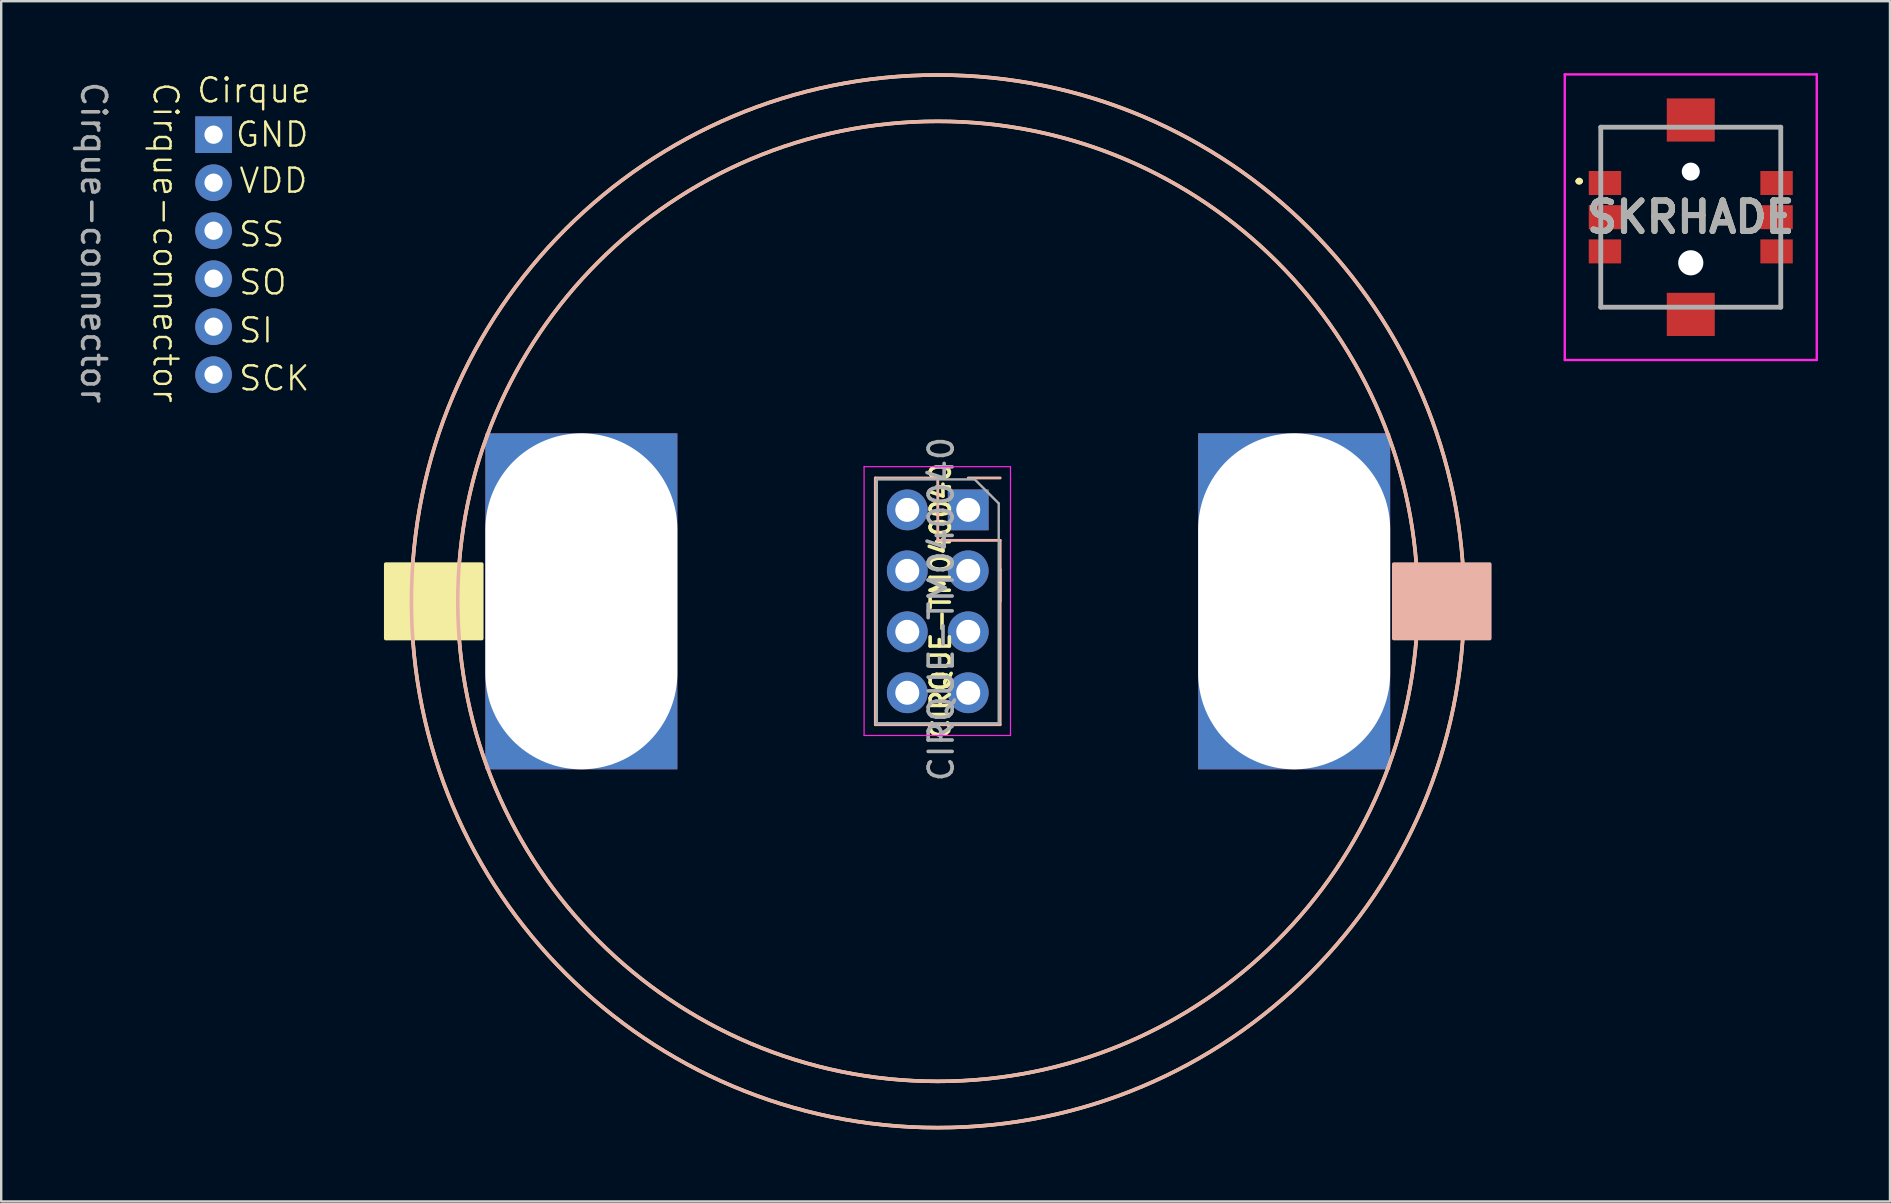
<source format=kicad_pcb>
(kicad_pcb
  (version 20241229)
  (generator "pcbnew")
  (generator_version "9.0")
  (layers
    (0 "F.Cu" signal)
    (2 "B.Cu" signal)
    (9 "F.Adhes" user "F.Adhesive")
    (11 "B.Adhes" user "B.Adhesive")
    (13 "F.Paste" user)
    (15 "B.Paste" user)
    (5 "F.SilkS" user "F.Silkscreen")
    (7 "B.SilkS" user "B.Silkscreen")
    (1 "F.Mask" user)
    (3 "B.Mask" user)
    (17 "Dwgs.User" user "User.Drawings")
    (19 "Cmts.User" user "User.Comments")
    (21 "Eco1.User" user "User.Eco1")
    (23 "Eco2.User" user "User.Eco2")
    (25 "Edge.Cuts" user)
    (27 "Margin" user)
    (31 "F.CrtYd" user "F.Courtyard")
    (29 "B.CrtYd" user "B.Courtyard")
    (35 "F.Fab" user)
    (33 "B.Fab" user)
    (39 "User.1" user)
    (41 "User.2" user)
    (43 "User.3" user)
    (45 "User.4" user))
  (footprint "CIRQUE-TM040040"
    (layer "F.Cu")
    (at 36.023 22.005)
    (property "Reference" "CIRQUE-TM040040" (at 0.12 -0.025 90) (layer "F.SilkS") (effects (font (size 0.8 0.8) (thickness 0.15))))
    (attr smd)
    (fp_circle (center 0 0) (end 20 0) (stroke (width 0.15) (type solid)) (fill no) (layer "F.SilkS"))
    (fp_circle (center 0 0) (end 21.93 0) (stroke (width 0.15) (type solid)) (fill no) (layer "F.SilkS"))
    (fp_poly (pts (xy -23 -1.55) (xy -19 -1.55) (xy -19 1.55) (xy -23 1.55)) (stroke (width 0.15) (type solid)) (fill yes) (layer "F.SilkS"))
    (fp_line (start -2.6 -5.14) (end -2.6 5.14) (stroke (width 0.12) (type solid)) (layer "B.SilkS"))
    (fp_line (start -2.6 -5.14) (end 0 -5.14) (stroke (width 0.12) (type solid)) (layer "B.SilkS"))
    (fp_line (start -2.6 5.14) (end 2.6 5.14) (stroke (width 0.12) (type solid)) (layer "B.SilkS"))
    (fp_line (start 0 -5.14) (end 0 -2.54) (stroke (width 0.12) (type solid)) (layer "B.SilkS"))
    (fp_line (start 0 -2.54) (end 2.6 -2.54) (stroke (width 0.12) (type solid)) (layer "B.SilkS"))
    (fp_line (start 1.27 -5.14) (end 2.6 -5.14) (stroke (width 0.12) (type solid)) (layer "B.SilkS"))
    (fp_line (start 2.6 -2.54) (end 2.6 5.14) (stroke (width 0.12) (type solid)) (layer "B.SilkS"))
    (fp_line (start 2.6 -1.33) (end 2.6 0) (stroke (width 0.12) (type solid)) (layer "B.SilkS"))
    (fp_circle (center 0 0) (end 20 0) (stroke (width 0.15) (type solid)) (fill no) (layer "B.SilkS"))
    (fp_circle (center 0 0) (end 21.93 0) (stroke (width 0.15) (type solid)) (fill no) (layer "B.SilkS"))
    (fp_poly (pts (xy 23 -1.55) (xy 19 -1.55) (xy 19 1.55) (xy 23 1.55)) (stroke (width 0.15) (type solid)) (fill yes) (layer "B.SilkS"))
    (fp_line (start -3.07 -5.61) (end 3.03 -5.61) (stroke (width 0.05) (type solid)) (layer "F.CrtYd"))
    (fp_line (start -3.07 5.59) (end -3.07 -5.61) (stroke (width 0.05) (type solid)) (layer "F.CrtYd"))
    (fp_line (start 3.03 -5.61) (end 3.03 5.59) (stroke (width 0.05) (type solid)) (layer "F.CrtYd"))
    (fp_line (start 3.03 5.59) (end -3.07 5.59) (stroke (width 0.05) (type solid)) (layer "F.CrtYd"))
    (fp_line (start -2.54 -5.08) (end 1.54 -5.08) (stroke (width 0.1) (type solid)) (layer "F.Fab"))
    (fp_line (start -2.54 5.08) (end -2.54 -5.08) (stroke (width 0.1) (type solid)) (layer "F.Fab"))
    (fp_line (start 1.54 -5.08) (end 2.54 -4.08) (stroke (width 0.1) (type solid)) (layer "F.Fab"))
    (fp_line (start 2.54 -4.08) (end 2.54 5.08) (stroke (width 0.1) (type solid)) (layer "F.Fab"))
    (fp_line (start 2.54 5.08) (end -2.54 5.08) (stroke (width 0.1) (type solid)) (layer "F.Fab"))
    (fp_text user "${REFERENCE}" (at 0.145 0.325 90) (layer "F.Fab") (effects (font (size 1 1) (thickness 0.15))))
    (pad "" np_thru_hole rect (at -14.85 0) (size 8 14) (drill oval 8 14) (layers "*.Cu" "*.Mask"))
    (pad "" np_thru_hole rect (at 14.85 0) (size 8 14) (drill oval 8 14) (layers "*.Cu" "*.Mask"))
    (pad "1" thru_hole rect (at 1.27 -3.81) (size 1.7 1.7) (drill 1) (layers "*.Cu" "*.Mask"))
    (pad "2" thru_hole oval (at -1.27 -3.81) (size 1.7 1.7) (drill 1) (layers "*.Cu" "*.Mask"))
    (pad "3" thru_hole oval (at 1.27 -1.27) (size 1.7 1.7) (drill 1) (layers "*.Cu" "*.Mask"))
    (pad "4" thru_hole oval (at -1.27 -1.27) (size 1.7 1.7) (drill 1) (layers "*.Cu" "*.Mask"))
    (pad "5" thru_hole oval (at 1.27 1.27) (size 1.7 1.7) (drill 1) (layers "*.Cu" "*.Mask"))
    (pad "6" thru_hole oval (at -1.27 1.27) (size 1.7 1.7) (drill 1) (layers "*.Cu" "*.Mask"))
    (pad "7" thru_hole oval (at 1.27 3.81) (size 1.7 1.7) (drill 1) (layers "*.Cu" "*.Mask"))
    (pad "8" thru_hole oval (at -1.27 3.81) (size 1.7 1.7) (drill 1) (layers "*.Cu" "*.Mask")))
  (footprint "SKRHADE"
    (layer "F.Cu")
    (at 67.398 6)
    (property "Reference" "SKRHADE" (at 0 0 0) (layer "F.SilkS") (effects (font (size 1.27 1.27) (thickness 0.254))))
    (attr through_hole)
    (fp_line (start -4.7 -1.5) (end -4.7 -1.5) (stroke (width 0.2) (type solid)) (layer "F.SilkS"))
    (fp_line (start -4.7 -1.5) (end -4.6 -1.5) (stroke (width 0.2) (type solid)) (layer "F.SilkS"))
    (fp_line (start -4.6 -1.5) (end -4.6 -1.5) (stroke (width 0.2) (type solid)) (layer "F.SilkS"))
    (fp_line (start -3.75 -3.75) (end -3.75 -3.75) (stroke (width 0.1) (type solid)) (layer "F.SilkS"))
    (fp_line (start -3.75 -3.75) (end -3.75 -3.75) (stroke (width 0.1) (type solid)) (layer "F.SilkS"))
    (fp_line (start -3.75 -3.75) (end -3.75 -2.5) (stroke (width 0.1) (type solid)) (layer "F.SilkS"))
    (fp_line (start -3.75 -3.75) (end -1.75 -3.75) (stroke (width 0.1) (type solid)) (layer "F.SilkS"))
    (fp_line (start -3.75 -2.5) (end -3.75 -3.75) (stroke (width 0.1) (type solid)) (layer "F.SilkS"))
    (fp_line (start -3.75 -2.5) (end -3.75 -2.5) (stroke (width 0.1) (type solid)) (layer "F.SilkS"))
    (fp_line (start -3.75 2.5) (end -3.75 2.5) (stroke (width 0.1) (type solid)) (layer "F.SilkS"))
    (fp_line (start -3.75 2.5) (end -3.75 3.75) (stroke (width 0.1) (type solid)) (layer "F.SilkS"))
    (fp_line (start -3.75 3.75) (end -3.75 2.5) (stroke (width 0.1) (type solid)) (layer "F.SilkS"))
    (fp_line (start -3.75 3.75) (end -3.75 3.75) (stroke (width 0.1) (type solid)) (layer "F.SilkS"))
    (fp_line (start -3.75 3.75) (end -3.75 3.75) (stroke (width 0.1) (type solid)) (layer "F.SilkS"))
    (fp_line (start -3.75 3.75) (end -1.75 3.75) (stroke (width 0.1) (type solid)) (layer "F.SilkS"))
    (fp_line (start -1.75 -3.75) (end -3.75 -3.75) (stroke (width 0.1) (type solid)) (layer "F.SilkS"))
    (fp_line (start -1.75 -3.75) (end -1.75 -3.75) (stroke (width 0.1) (type solid)) (layer "F.SilkS"))
    (fp_line (start -1.75 3.75) (end -3.75 3.75) (stroke (width 0.1) (type solid)) (layer "F.SilkS"))
    (fp_line (start -1.75 3.75) (end -1.75 3.75) (stroke (width 0.1) (type solid)) (layer "F.SilkS"))
    (fp_line (start 1.75 -3.75) (end 1.75 -3.75) (stroke (width 0.1) (type solid)) (layer "F.SilkS"))
    (fp_line (start 1.75 -3.75) (end 3.75 -3.75) (stroke (width 0.1) (type solid)) (layer "F.SilkS"))
    (fp_line (start 1.75 3.75) (end 1.75 3.75) (stroke (width 0.1) (type solid)) (layer "F.SilkS"))
    (fp_line (start 1.75 3.75) (end 3.75 3.75) (stroke (width 0.1) (type solid)) (layer "F.SilkS"))
    (fp_line (start 3.75 -3.75) (end 1.75 -3.75) (stroke (width 0.1) (type solid)) (layer "F.SilkS"))
    (fp_line (start 3.75 -3.75) (end 3.75 -3.75) (stroke (width 0.1) (type solid)) (layer "F.SilkS"))
    (fp_line (start 3.75 -3.75) (end 3.75 -3.75) (stroke (width 0.1) (type solid)) (layer "F.SilkS"))
    (fp_line (start 3.75 -3.75) (end 3.75 -2.5) (stroke (width 0.1) (type solid)) (layer "F.SilkS"))
    (fp_line (start 3.75 -2.5) (end 3.75 -3.75) (stroke (width 0.1) (type solid)) (layer "F.SilkS"))
    (fp_line (start 3.75 -2.5) (end 3.75 -2.5) (stroke (width 0.1) (type solid)) (layer "F.SilkS"))
    (fp_line (start 3.75 2.5) (end 3.75 2.5) (stroke (width 0.1) (type solid)) (layer "F.SilkS"))
    (fp_line (start 3.75 2.5) (end 3.75 3.75) (stroke (width 0.1) (type solid)) (layer "F.SilkS"))
    (fp_line (start 3.75 3.75) (end 1.75 3.75) (stroke (width 0.1) (type solid)) (layer "F.SilkS"))
    (fp_line (start 3.75 3.75) (end 3.75 2.5) (stroke (width 0.1) (type solid)) (layer "F.SilkS"))
    (fp_line (start 3.75 3.75) (end 3.75 3.75) (stroke (width 0.1) (type solid)) (layer "F.SilkS"))
    (fp_line (start 3.75 3.75) (end 3.75 3.75) (stroke (width 0.1) (type solid)) (layer "F.SilkS"))
    (fp_arc (start -4.7 -1.5) (mid -4.65 -1.55) (end -4.6 -1.5) (stroke (width 0.2) (type solid)) (layer "F.SilkS"))
    (fp_arc (start -4.6 -1.5) (mid -4.65 -1.45) (end -4.7 -1.5) (stroke (width 0.2) (type solid)) (layer "F.SilkS"))
    (fp_line (start -5.25 -5.95) (end 5.25 -5.95) (stroke (width 0.1) (type solid)) (layer "F.CrtYd"))
    (fp_line (start -5.25 5.95) (end -5.25 -5.95) (stroke (width 0.1) (type solid)) (layer "F.CrtYd"))
    (fp_line (start 5.25 -5.95) (end 5.25 5.95) (stroke (width 0.1) (type solid)) (layer "F.CrtYd"))
    (fp_line (start 5.25 5.95) (end -5.25 5.95) (stroke (width 0.1) (type solid)) (layer "F.CrtYd"))
    (fp_line (start -3.75 -3.75) (end -3.75 3.75) (stroke (width 0.2) (type solid)) (layer "F.Fab"))
    (fp_line (start -3.75 3.75) (end 3.75 3.75) (stroke (width 0.2) (type solid)) (layer "F.Fab"))
    (fp_line (start 3.75 -3.75) (end -3.75 -3.75) (stroke (width 0.2) (type solid)) (layer "F.Fab"))
    (fp_line (start 3.75 3.75) (end 3.75 -3.75) (stroke (width 0.2) (type solid)) (layer "F.Fab"))
    (fp_text user "${REFERENCE}" (at 0 0 0) (layer "F.Fab") (effects (font (size 1.27 1.27) (thickness 0.254))))
    (pad "" np_thru_hole circle (at 0 -1.9) (size 0.75 0.75) (drill 0.75) (layers "*.Cu" "*.Mask"))
    (pad "" np_thru_hole circle (at 0 1.9) (size 1.05 1.05) (drill 1.05) (layers "*.Cu" "*.Mask"))
    (pad "1" smd rect (at -3.575 -1.425 90) (size 1 1.35) (layers "F.Cu" "F.Mask" "F.Paste"))
    (pad "2" smd rect (at -3.575 0 90) (size 1 1.35) (layers "F.Cu" "F.Mask" "F.Paste"))
    (pad "3" smd rect (at -3.575 1.425 90) (size 1 1.35) (layers "F.Cu" "F.Mask" "F.Paste"))
    (pad "4" smd rect (at 3.575 -1.425 90) (size 1 1.35) (layers "F.Cu" "F.Mask" "F.Paste"))
    (pad "5" smd rect (at 3.575 0 90) (size 1 1.35) (layers "F.Cu" "F.Mask" "F.Paste"))
    (pad "6" smd rect (at 3.575 1.425 90) (size 1 1.35) (layers "F.Cu" "F.Mask" "F.Paste"))
    (pad "MP1" smd rect (at 0 -4.05 90) (size 1.8 2) (layers "F.Cu" "F.Mask" "F.Paste"))
    (pad "MP2" smd rect (at 0 4.05 90) (size 1.8 2) (layers "F.Cu" "F.Mask" "F.Paste")))
  (footprint "Cirque-connector"
    (layer "F.Cu")
    (at 5.586 8.3)
    (property "Reference" "Cirque-connector" (at -1.738 -1.238 270) (unlocked yes) (layer "F.SilkS") (effects (font (size 1 1) (thickness 0.1))))
    (attr through_hole)
    (fp_text user "VDD" (at 1.262 -3.238 0) (unlocked yes) (layer "F.SilkS") (effects (font (size 1 1) (thickness 0.1)) (justify left bottom)))
    (fp_text user "SI" (at 1.25 3 0) (unlocked yes) (layer "F.SilkS") (effects (font (size 1 1) (thickness 0.1)) (justify left bottom)))
    (fp_text user "Cirque" (at -0.5 -7 0) (unlocked yes) (layer "F.SilkS") (effects (font (size 1 1) (thickness 0.1)) (justify left bottom)))
    (fp_text user "SS" (at 1.25 -1 0) (unlocked yes) (layer "F.SilkS") (effects (font (size 1 1) (thickness 0.1)) (justify left bottom)))
    (fp_text user "SCK" (at 1.25 5 0) (unlocked yes) (layer "F.SilkS") (effects (font (size 1 1) (thickness 0.1)) (justify left bottom)))
    (fp_text user "GND" (at 1.114 -5.159 0) (unlocked yes) (layer "F.SilkS") (effects (font (size 1 1) (thickness 0.1)) (justify left bottom)))
    (fp_text user "SO" (at 1.25 1 0) (unlocked yes) (layer "F.SilkS") (effects (font (size 1 1) (thickness 0.1)) (justify left bottom)))
    (fp_text user "${REFERENCE}" (at -4.738 -1.238 270) (unlocked yes) (layer "F.Fab") (effects (font (size 1 1) (thickness 0.15))))
    (pad "1" thru_hole rect (at 0.262 -5.738 270) (size 1.524 1.524) (drill 0.762) (layers "*.Cu" "*.Mask"))
    (pad "2" thru_hole circle (at 0.262 -3.738 270) (size 1.524 1.524) (drill 0.762) (layers "*.Cu" "*.Mask"))
    (pad "3" thru_hole circle (at 0.262 -1.738 270) (size 1.524 1.524) (drill 0.762) (layers "*.Cu" "*.Mask"))
    (pad "4" thru_hole circle (at 0.262 0.262 270) (size 1.524 1.524) (drill 0.762) (layers "*.Cu" "*.Mask"))
    (pad "5" thru_hole circle (at 0.262 2.262 270) (size 1.524 1.524) (drill 0.762) (layers "*.Cu" "*.Mask"))
    (pad "6" thru_hole circle (at 0.262 4.262 270) (size 1.524 1.524) (drill 0.762) (layers "*.Cu" "*.Mask")))
  (gr_rect
    (start -3 -3)
    (end 75.698 47.01)
    (stroke (width 0.1) (type default))
    (fill no)
    (layer "Edge.Cuts")))
</source>
